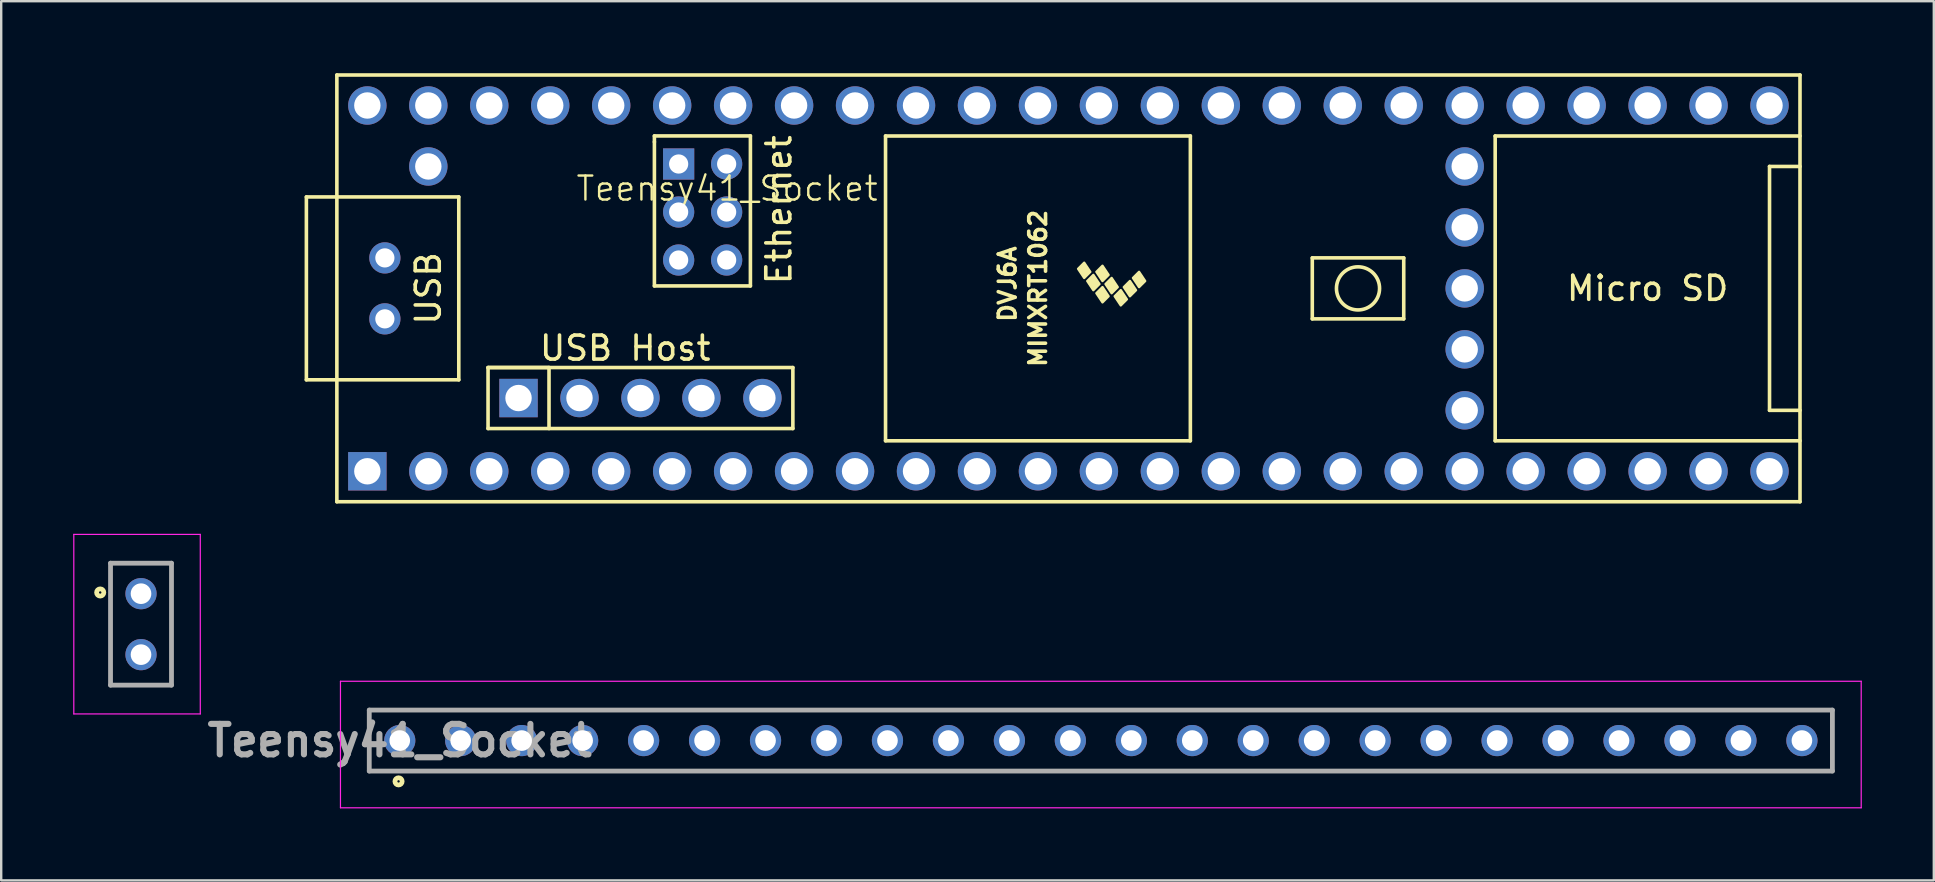
<source format=kicad_pcb>
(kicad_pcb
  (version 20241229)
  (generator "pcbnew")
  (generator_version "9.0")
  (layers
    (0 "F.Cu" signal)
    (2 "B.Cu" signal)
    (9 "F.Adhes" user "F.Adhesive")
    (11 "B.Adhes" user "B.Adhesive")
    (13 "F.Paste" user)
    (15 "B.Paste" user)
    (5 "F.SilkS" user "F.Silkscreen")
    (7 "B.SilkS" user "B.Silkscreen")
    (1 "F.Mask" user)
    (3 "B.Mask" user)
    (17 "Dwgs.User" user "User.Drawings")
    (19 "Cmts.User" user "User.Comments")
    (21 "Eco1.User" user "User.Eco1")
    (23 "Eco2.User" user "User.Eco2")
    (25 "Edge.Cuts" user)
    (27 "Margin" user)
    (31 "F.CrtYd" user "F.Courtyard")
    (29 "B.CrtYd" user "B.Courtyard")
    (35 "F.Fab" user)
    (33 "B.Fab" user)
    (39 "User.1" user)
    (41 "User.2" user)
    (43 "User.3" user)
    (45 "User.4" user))
  (footprint "Teensy41_Socket"
    (layer "F.Cu")
    (at 27.245 5.305)
    (property "Reference" "Teensy41_Socket" (at 0 -0.5 0) (unlocked yes) (layer "F.SilkS") (effects (font (size 1 1) (thickness 0.1))))
    (attr through_hole)
    (fp_line (start -25.69 15.11) (end -23.15 15.11) (stroke (width 0.1) (type solid)) (layer "F.SilkS"))
    (fp_line (start -25.69 20.19) (end -25.69 15.11) (stroke (width 0.1) (type solid)) (layer "F.SilkS"))
    (fp_line (start -23.15 15.11) (end -23.15 20.19) (stroke (width 0.1) (type solid)) (layer "F.SilkS"))
    (fp_line (start -23.15 20.19) (end -25.69 20.19) (stroke (width 0.1) (type solid)) (layer "F.SilkS"))
    (fp_line (start -17.53 -0.15) (end -16.26 -0.15) (stroke (width 0.15) (type solid)) (layer "F.SilkS"))
    (fp_line (start -17.53 7.47) (end -17.53 -0.15) (stroke (width 0.15) (type solid)) (layer "F.SilkS"))
    (fp_line (start -16.26 -5.23) (end 44.7 -5.23) (stroke (width 0.15) (type solid)) (layer "F.SilkS"))
    (fp_line (start -16.26 7.47) (end -17.53 7.47) (stroke (width 0.15) (type solid)) (layer "F.SilkS"))
    (fp_line (start -16.26 12.55) (end -16.26 -5.23) (stroke (width 0.15) (type solid)) (layer "F.SilkS"))
    (fp_line (start -14.91 21.23) (end 46.05 21.23) (stroke (width 0.1) (type solid)) (layer "F.SilkS"))
    (fp_line (start -14.91 23.77) (end -14.91 21.23) (stroke (width 0.1) (type solid)) (layer "F.SilkS"))
    (fp_line (start -11.18 -0.15) (end -16.26 -0.15) (stroke (width 0.15) (type solid)) (layer "F.SilkS"))
    (fp_line (start -11.18 7.47) (end -16.26 7.47) (stroke (width 0.15) (type solid)) (layer "F.SilkS"))
    (fp_line (start -11.18 7.47) (end -11.18 -0.15) (stroke (width 0.15) (type solid)) (layer "F.SilkS"))
    (fp_line (start -9.961 6.959) (end -7.421 6.959) (stroke (width 0.15) (type solid)) (layer "F.SilkS"))
    (fp_line (start -9.961 6.959) (end 2.739 6.959) (stroke (width 0.15) (type solid)) (layer "F.SilkS"))
    (fp_line (start -9.961 9.499) (end -9.961 6.959) (stroke (width 0.15) (type solid)) (layer "F.SilkS"))
    (fp_line (start -7.421 6.959) (end -7.421 9.499) (stroke (width 0.15) (type solid)) (layer "F.SilkS"))
    (fp_line (start -3.03 -2.692) (end -3.03 -2.442) (stroke (width 0.15) (type solid)) (layer "F.SilkS"))
    (fp_line (start -3.03 -2.442) (end -3.03 3.558) (stroke (width 0.15) (type solid)) (layer "F.SilkS"))
    (fp_line (start -3.03 3.558) (end 0.97 3.558) (stroke (width 0.15) (type solid)) (layer "F.SilkS"))
    (fp_line (start 0.97 -2.692) (end -3.03 -2.692) (stroke (width 0.15) (type solid)) (layer "F.SilkS"))
    (fp_line (start 0.97 3.558) (end 0.97 -2.692) (stroke (width 0.15) (type solid)) (layer "F.SilkS"))
    (fp_line (start 2.739 6.959) (end 2.739 9.499) (stroke (width 0.15) (type solid)) (layer "F.SilkS"))
    (fp_line (start 2.739 9.499) (end -9.961 9.499) (stroke (width 0.15) (type solid)) (layer "F.SilkS"))
    (fp_line (start 6.6 -2.69) (end 6.6 10.01) (stroke (width 0.15) (type solid)) (layer "F.SilkS"))
    (fp_line (start 6.6 10.01) (end 19.3 10.01) (stroke (width 0.15) (type solid)) (layer "F.SilkS"))
    (fp_line (start 19.3 -2.69) (end 6.6 -2.69) (stroke (width 0.15) (type solid)) (layer "F.SilkS"))
    (fp_line (start 19.3 10.01) (end 19.3 -2.69) (stroke (width 0.15) (type solid)) (layer "F.SilkS"))
    (fp_line (start 24.38 2.39) (end 28.19 2.39) (stroke (width 0.15) (type solid)) (layer "F.SilkS"))
    (fp_line (start 24.38 4.93) (end 24.38 2.39) (stroke (width 0.15) (type solid)) (layer "F.SilkS"))
    (fp_line (start 28.19 2.39) (end 28.19 4.93) (stroke (width 0.15) (type solid)) (layer "F.SilkS"))
    (fp_line (start 28.19 4.93) (end 24.38 4.93) (stroke (width 0.15) (type solid)) (layer "F.SilkS"))
    (fp_line (start 32 -2.69) (end 32 10.01) (stroke (width 0.15) (type solid)) (layer "F.SilkS"))
    (fp_line (start 32 10.01) (end 44.7 10.01) (stroke (width 0.15) (type solid)) (layer "F.SilkS"))
    (fp_line (start 43.43 -1.42) (end 43.43 8.74) (stroke (width 0.15) (type solid)) (layer "F.SilkS"))
    (fp_line (start 43.43 8.74) (end 44.7 8.74) (stroke (width 0.15) (type solid)) (layer "F.SilkS"))
    (fp_line (start 44.7 -5.23) (end 44.7 12.55) (stroke (width 0.15) (type solid)) (layer "F.SilkS"))
    (fp_line (start 44.7 -2.69) (end 32 -2.69) (stroke (width 0.15) (type solid)) (layer "F.SilkS"))
    (fp_line (start 44.7 -1.42) (end 43.43 -1.42) (stroke (width 0.15) (type solid)) (layer "F.SilkS"))
    (fp_line (start 44.7 12.55) (end -16.26 12.55) (stroke (width 0.15) (type solid)) (layer "F.SilkS"))
    (fp_line (start 46.05 21.23) (end 46.05 23.77) (stroke (width 0.1) (type solid)) (layer "F.SilkS"))
    (fp_line (start 46.05 23.77) (end -14.91 23.77) (stroke (width 0.1) (type solid)) (layer "F.SilkS"))
    (fp_circle (center -26.12 16.33) (end -26.17 16.33) (stroke (width 0.2) (type solid)) (fill no) (layer "F.SilkS"))
    (fp_circle (center -13.69 24.2) (end -13.69 24.25) (stroke (width 0.2) (type solid)) (fill no) (layer "F.SilkS"))
    (fp_circle (center 26.285 3.66) (end 26.92 3.025) (stroke (width 0.15) (type solid)) (fill no) (layer "F.SilkS"))
    (fp_poly (pts (xy 15.131 2.972) (xy 14.877 3.226) (xy 14.623 2.845) (xy 14.877 2.591)) (stroke (width 0.1) (type solid)) (fill yes) (layer "F.SilkS"))
    (fp_poly (pts (xy 15.512 3.48) (xy 15.258 3.734) (xy 15.004 3.353) (xy 15.258 3.099)) (stroke (width 0.1) (type solid)) (fill yes) (layer "F.SilkS"))
    (fp_poly (pts (xy 15.893 3.099) (xy 15.639 3.353) (xy 15.385 2.972) (xy 15.639 2.718)) (stroke (width 0.1) (type solid)) (fill yes) (layer "F.SilkS"))
    (fp_poly (pts (xy 15.893 3.988) (xy 15.639 4.242) (xy 15.385 3.861) (xy 15.639 3.607)) (stroke (width 0.1) (type solid)) (fill yes) (layer "F.SilkS"))
    (fp_poly (pts (xy 16.274 3.607) (xy 16.02 3.861) (xy 15.766 3.48) (xy 16.02 3.226)) (stroke (width 0.1) (type solid)) (fill yes) (layer "F.SilkS"))
    (fp_poly (pts (xy 16.655 4.115) (xy 16.401 4.369) (xy 16.147 3.988) (xy 16.401 3.734)) (stroke (width 0.1) (type solid)) (fill yes) (layer "F.SilkS"))
    (fp_poly (pts (xy 17.036 3.734) (xy 16.782 3.988) (xy 16.528 3.607) (xy 16.782 3.353)) (stroke (width 0.1) (type solid)) (fill yes) (layer "F.SilkS"))
    (fp_poly (pts (xy 17.417 3.353) (xy 17.163 3.607) (xy 16.909 3.226) (xy 17.163 2.972)) (stroke (width 0.1) (type solid)) (fill yes) (layer "F.SilkS"))
    (fp_line (start -27.22 13.91) (end -21.95 13.91) (stroke (width 0.05) (type solid)) (layer "F.CrtYd"))
    (fp_line (start -27.22 21.39) (end -27.22 13.91) (stroke (width 0.05) (type solid)) (layer "F.CrtYd"))
    (fp_line (start -21.95 13.91) (end -21.95 21.39) (stroke (width 0.05) (type solid)) (layer "F.CrtYd"))
    (fp_line (start -21.95 21.39) (end -27.22 21.39) (stroke (width 0.05) (type solid)) (layer "F.CrtYd"))
    (fp_line (start -16.11 20.03) (end 47.25 20.03) (stroke (width 0.05) (type solid)) (layer "F.CrtYd"))
    (fp_line (start -16.11 25.3) (end -16.11 20.03) (stroke (width 0.05) (type solid)) (layer "F.CrtYd"))
    (fp_line (start 47.25 20.03) (end 47.25 25.3) (stroke (width 0.05) (type solid)) (layer "F.CrtYd"))
    (fp_line (start 47.25 25.3) (end -16.11 25.3) (stroke (width 0.05) (type solid)) (layer "F.CrtYd"))
    (fp_line (start -25.69 15.11) (end -23.15 15.11) (stroke (width 0.2) (type solid)) (layer "F.Fab"))
    (fp_line (start -25.69 20.19) (end -25.69 15.11) (stroke (width 0.2) (type solid)) (layer "F.Fab"))
    (fp_line (start -23.15 15.11) (end -23.15 20.19) (stroke (width 0.2) (type solid)) (layer "F.Fab"))
    (fp_line (start -23.15 20.19) (end -25.69 20.19) (stroke (width 0.2) (type solid)) (layer "F.Fab"))
    (fp_line (start -14.91 21.23) (end 46.05 21.23) (stroke (width 0.2) (type solid)) (layer "F.Fab"))
    (fp_line (start -14.91 23.77) (end -14.91 21.23) (stroke (width 0.2) (type solid)) (layer "F.Fab"))
    (fp_line (start 46.05 21.23) (end 46.05 23.77) (stroke (width 0.2) (type solid)) (layer "F.Fab"))
    (fp_line (start 46.05 23.77) (end -14.91 23.77) (stroke (width 0.2) (type solid)) (layer "F.Fab"))
    (fp_text user "DVJ6A" (at 11.68 3.48 270) (layer "F.SilkS") (effects (font (size 0.7 0.7) (thickness 0.15))))
    (fp_text user "USB Host" (at -4.246 6.149 0) (layer "F.SilkS") (effects (font (size 1 1) (thickness 0.15))))
    (fp_text user "USB" (at -12.45 3.66 270) (layer "F.SilkS") (effects (font (size 1 1) (thickness 0.15))))
    (fp_text user "Ethernet" (at 2.155 0.383 90) (layer "F.SilkS") (effects (font (size 1 1) (thickness 0.15))))
    (fp_text user "Micro SD" (at 38.35 3.66 0) (layer "F.SilkS") (effects (font (size 1 1) (thickness 0.15))))
    (fp_text user "MIMXRT1062" (at 12.95 3.66 270) (layer "F.SilkS") (effects (font (size 0.7 0.7) (thickness 0.15))))
    (fp_text user "${REFERENCE}" (at -13.64 22.5 0) (layer "F.Fab") (effects (font (size 1.27 1.27) (thickness 0.254))))
    (pad "1" thru_hole circle (at -24.42 16.38 270) (size 1.3 1.3) (drill 0.86) (layers "*.Cu" "*.Mask"))
    (pad "1" thru_hole rect (at -14.99 11.28) (size 1.6 1.6) (drill 1.1) (layers "*.Cu" "*.Mask"))
    (pad "1" thru_hole circle (at -13.64 22.5) (size 1.3 1.3) (drill 0.86) (layers "*.Cu" "*.Mask"))
    (pad "2" thru_hole circle (at -24.42 18.92 270) (size 1.3 1.3) (drill 0.86) (layers "*.Cu" "*.Mask"))
    (pad "2" thru_hole circle (at -12.45 11.28) (size 1.6 1.6) (drill 1.1) (layers "*.Cu" "*.Mask"))
    (pad "2" thru_hole circle (at -11.1 22.5) (size 1.3 1.3) (drill 0.86) (layers "*.Cu" "*.Mask"))
    (pad "3" thru_hole circle (at -9.91 11.28) (size 1.6 1.6) (drill 1.1) (layers "*.Cu" "*.Mask"))
    (pad "3" thru_hole circle (at -8.56 22.5) (size 1.3 1.3) (drill 0.86) (layers "*.Cu" "*.Mask"))
    (pad "4" thru_hole circle (at -7.37 11.28) (size 1.6 1.6) (drill 1.1) (layers "*.Cu" "*.Mask"))
    (pad "4" thru_hole circle (at -6.02 22.5) (size 1.3 1.3) (drill 0.86) (layers "*.Cu" "*.Mask"))
    (pad "5" thru_hole circle (at -4.83 11.28) (size 1.6 1.6) (drill 1.1) (layers "*.Cu" "*.Mask"))
    (pad "5" thru_hole circle (at -3.48 22.5) (size 1.3 1.3) (drill 0.86) (layers "*.Cu" "*.Mask"))
    (pad "6" thru_hole circle (at -2.29 11.28) (size 1.6 1.6) (drill 1.1) (layers "*.Cu" "*.Mask"))
    (pad "6" thru_hole circle (at -0.94 22.5) (size 1.3 1.3) (drill 0.86) (layers "*.Cu" "*.Mask"))
    (pad "7" thru_hole circle (at 0.25 11.28) (size 1.6 1.6) (drill 1.1) (layers "*.Cu" "*.Mask"))
    (pad "7" thru_hole circle (at 1.6 22.5) (size 1.3 1.3) (drill 0.86) (layers "*.Cu" "*.Mask"))
    (pad "8" thru_hole circle (at 2.79 11.28) (size 1.6 1.6) (drill 1.1) (layers "*.Cu" "*.Mask"))
    (pad "8" thru_hole circle (at 4.14 22.5) (size 1.3 1.3) (drill 0.86) (layers "*.Cu" "*.Mask"))
    (pad "9" thru_hole circle (at 5.33 11.28) (size 1.6 1.6) (drill 1.1) (layers "*.Cu" "*.Mask"))
    (pad "9" thru_hole circle (at 6.68 22.5) (size 1.3 1.3) (drill 0.86) (layers "*.Cu" "*.Mask"))
    (pad "10" thru_hole circle (at 7.87 11.28) (size 1.6 1.6) (drill 1.1) (layers "*.Cu" "*.Mask"))
    (pad "10" thru_hole circle (at 9.22 22.5) (size 1.3 1.3) (drill 0.86) (layers "*.Cu" "*.Mask"))
    (pad "11" thru_hole circle (at 10.41 11.28) (size 1.6 1.6) (drill 1.1) (layers "*.Cu" "*.Mask"))
    (pad "11" thru_hole circle (at 11.76 22.5) (size 1.3 1.3) (drill 0.86) (layers "*.Cu" "*.Mask"))
    (pad "12" thru_hole circle (at 12.95 11.28) (size 1.6 1.6) (drill 1.1) (layers "*.Cu" "*.Mask"))
    (pad "12" thru_hole circle (at 14.3 22.5) (size 1.3 1.3) (drill 0.86) (layers "*.Cu" "*.Mask"))
    (pad "13" thru_hole circle (at 15.49 11.28) (size 1.6 1.6) (drill 1.1) (layers "*.Cu" "*.Mask"))
    (pad "13" thru_hole circle (at 16.84 22.5) (size 1.3 1.3) (drill 0.86) (layers "*.Cu" "*.Mask"))
    (pad "14" thru_hole circle (at 18.03 11.28) (size 1.6 1.6) (drill 1.1) (layers "*.Cu" "*.Mask"))
    (pad "14" thru_hole circle (at 19.38 22.5) (size 1.3 1.3) (drill 0.86) (layers "*.Cu" "*.Mask"))
    (pad "15" thru_hole circle (at 20.57 11.28) (size 1.6 1.6) (drill 1.1) (layers "*.Cu" "*.Mask"))
    (pad "15" thru_hole circle (at 21.92 22.5) (size 1.3 1.3) (drill 0.86) (layers "*.Cu" "*.Mask"))
    (pad "16" thru_hole circle (at 23.11 11.28) (size 1.6 1.6) (drill 1.1) (layers "*.Cu" "*.Mask"))
    (pad "16" thru_hole circle (at 24.46 22.5) (size 1.3 1.3) (drill 0.86) (layers "*.Cu" "*.Mask"))
    (pad "17" thru_hole circle (at 25.65 11.28) (size 1.6 1.6) (drill 1.1) (layers "*.Cu" "*.Mask"))
    (pad "17" thru_hole circle (at 27 22.5) (size 1.3 1.3) (drill 0.86) (layers "*.Cu" "*.Mask"))
    (pad "18" thru_hole circle (at 28.19 11.28) (size 1.6 1.6) (drill 1.1) (layers "*.Cu" "*.Mask"))
    (pad "18" thru_hole circle (at 29.54 22.5) (size 1.3 1.3) (drill 0.86) (layers "*.Cu" "*.Mask"))
    (pad "19" thru_hole circle (at 30.73 11.28) (size 1.6 1.6) (drill 1.1) (layers "*.Cu" "*.Mask"))
    (pad "19" thru_hole circle (at 32.08 22.5) (size 1.3 1.3) (drill 0.86) (layers "*.Cu" "*.Mask"))
    (pad "20" thru_hole circle (at 33.27 11.28) (size 1.6 1.6) (drill 1.1) (layers "*.Cu" "*.Mask"))
    (pad "20" thru_hole circle (at 34.62 22.5) (size 1.3 1.3) (drill 0.86) (layers "*.Cu" "*.Mask"))
    (pad "21" thru_hole circle (at 35.81 11.28) (size 1.6 1.6) (drill 1.1) (layers "*.Cu" "*.Mask"))
    (pad "21" thru_hole circle (at 37.16 22.5) (size 1.3 1.3) (drill 0.86) (layers "*.Cu" "*.Mask"))
    (pad "22" thru_hole circle (at 38.35 11.28) (size 1.6 1.6) (drill 1.1) (layers "*.Cu" "*.Mask"))
    (pad "22" thru_hole circle (at 39.7 22.5) (size 1.3 1.3) (drill 0.86) (layers "*.Cu" "*.Mask"))
    (pad "23" thru_hole circle (at 40.89 11.28) (size 1.6 1.6) (drill 1.1) (layers "*.Cu" "*.Mask"))
    (pad "23" thru_hole circle (at 42.24 22.5) (size 1.3 1.3) (drill 0.86) (layers "*.Cu" "*.Mask"))
    (pad "24" thru_hole circle (at 43.43 11.28) (size 1.6 1.6) (drill 1.1) (layers "*.Cu" "*.Mask"))
    (pad "24" thru_hole circle (at 44.78 22.5) (size 1.3 1.3) (drill 0.86) (layers "*.Cu" "*.Mask"))
    (pad "25" thru_hole circle (at 43.43 -3.96) (size 1.6 1.6) (drill 1.1) (layers "*.Cu" "*.Mask"))
    (pad "26" thru_hole circle (at 40.89 -3.96) (size 1.6 1.6) (drill 1.1) (layers "*.Cu" "*.Mask"))
    (pad "27" thru_hole circle (at 38.35 -3.96) (size 1.6 1.6) (drill 1.1) (layers "*.Cu" "*.Mask"))
    (pad "28" thru_hole circle (at 35.81 -3.96) (size 1.6 1.6) (drill 1.1) (layers "*.Cu" "*.Mask"))
    (pad "29" thru_hole circle (at 33.27 -3.96) (size 1.6 1.6) (drill 1.1) (layers "*.Cu" "*.Mask"))
    (pad "30" thru_hole circle (at 30.73 -3.96) (size 1.6 1.6) (drill 1.1) (layers "*.Cu" "*.Mask"))
    (pad "31" thru_hole circle (at 28.19 -3.96) (size 1.6 1.6) (drill 1.1) (layers "*.Cu" "*.Mask"))
    (pad "32" thru_hole circle (at 25.65 -3.96) (size 1.6 1.6) (drill 1.1) (layers "*.Cu" "*.Mask"))
    (pad "33" thru_hole circle (at 23.11 -3.96) (size 1.6 1.6) (drill 1.1) (layers "*.Cu" "*.Mask"))
    (pad "34" thru_hole circle (at 20.57 -3.96) (size 1.6 1.6) (drill 1.1) (layers "*.Cu" "*.Mask"))
    (pad "35" thru_hole circle (at 18.03 -3.96) (size 1.6 1.6) (drill 1.1) (layers "*.Cu" "*.Mask"))
    (pad "36" thru_hole circle (at 15.49 -3.96) (size 1.6 1.6) (drill 1.1) (layers "*.Cu" "*.Mask"))
    (pad "37" thru_hole circle (at 12.95 -3.96) (size 1.6 1.6) (drill 1.1) (layers "*.Cu" "*.Mask"))
    (pad "38" thru_hole circle (at 10.41 -3.96) (size 1.6 1.6) (drill 1.1) (layers "*.Cu" "*.Mask"))
    (pad "39" thru_hole circle (at 7.87 -3.96) (size 1.6 1.6) (drill 1.1) (layers "*.Cu" "*.Mask"))
    (pad "40" thru_hole circle (at 5.33 -3.96) (size 1.6 1.6) (drill 1.1) (layers "*.Cu" "*.Mask"))
    (pad "41" thru_hole circle (at 2.79 -3.96) (size 1.6 1.6) (drill 1.1) (layers "*.Cu" "*.Mask"))
    (pad "42" thru_hole circle (at 0.25 -3.96) (size 1.6 1.6) (drill 1.1) (layers "*.Cu" "*.Mask"))
    (pad "43" thru_hole circle (at -2.29 -3.96) (size 1.6 1.6) (drill 1.1) (layers "*.Cu" "*.Mask"))
    (pad "44" thru_hole circle (at -4.83 -3.96) (size 1.6 1.6) (drill 1.1) (layers "*.Cu" "*.Mask"))
    (pad "45" thru_hole circle (at -7.37 -3.96) (size 1.6 1.6) (drill 1.1) (layers "*.Cu" "*.Mask"))
    (pad "46" thru_hole circle (at -9.91 -3.96) (size 1.6 1.6) (drill 1.1) (layers "*.Cu" "*.Mask"))
    (pad "47" thru_hole circle (at -12.45 -3.96) (size 1.6 1.6) (drill 1.1) (layers "*.Cu" "*.Mask"))
    (pad "48" thru_hole circle (at -14.99 -3.96) (size 1.6 1.6) (drill 1.1) (layers "*.Cu" "*.Mask"))
    (pad "49" thru_hole circle (at -12.45 -1.42) (size 1.6 1.6) (drill 1.1) (layers "*.Cu" "*.Mask"))
    (pad "50" thru_hole circle (at 30.73 8.74) (size 1.6 1.6) (drill 1.1) (layers "*.Cu" "*.Mask"))
    (pad "51" thru_hole circle (at 30.73 6.2) (size 1.6 1.6) (drill 1.1) (layers "*.Cu" "*.Mask"))
    (pad "52" thru_hole circle (at 30.73 3.66) (size 1.6 1.6) (drill 1.1) (layers "*.Cu" "*.Mask"))
    (pad "53" thru_hole circle (at 30.73 1.12) (size 1.6 1.6) (drill 1.1) (layers "*.Cu" "*.Mask"))
    (pad "54" thru_hole circle (at 30.73 -1.42) (size 1.6 1.6) (drill 1.1) (layers "*.Cu" "*.Mask"))
    (pad "55" thru_hole rect (at -8.691 8.229) (size 1.6 1.6) (drill 1.1) (layers "*.Cu" "*.Mask"))
    (pad "56" thru_hole circle (at -6.151 8.229) (size 1.6 1.6) (drill 1.1) (layers "*.Cu" "*.Mask"))
    (pad "57" thru_hole circle (at -3.611 8.229) (size 1.6 1.6) (drill 1.1) (layers "*.Cu" "*.Mask"))
    (pad "58" thru_hole circle (at -1.071 8.229) (size 1.6 1.6) (drill 1.1) (layers "*.Cu" "*.Mask"))
    (pad "59" thru_hole circle (at 1.469 8.229) (size 1.6 1.6) (drill 1.1) (layers "*.Cu" "*.Mask"))
    (pad "60" thru_hole rect (at -2.02 -1.522) (size 1.3 1.3) (drill 0.8) (layers "*.Cu" "*.Mask"))
    (pad "61" thru_hole circle (at -2.02 0.478) (size 1.3 1.3) (drill 0.8) (layers "*.Cu" "*.Mask"))
    (pad "62" thru_hole circle (at -2.02 2.478) (size 1.3 1.3) (drill 0.8) (layers "*.Cu" "*.Mask"))
    (pad "63" thru_hole circle (at -0.02 2.478) (size 1.3 1.3) (drill 0.8) (layers "*.Cu" "*.Mask"))
    (pad "64" thru_hole circle (at -0.02 0.478) (size 1.3 1.3) (drill 0.8) (layers "*.Cu" "*.Mask"))
    (pad "65" thru_hole circle (at -0.02 -1.522) (size 1.3 1.3) (drill 0.8) (layers "*.Cu" "*.Mask"))
    (pad "66" thru_hole circle (at -14.26 2.39) (size 1.3 1.3) (drill 0.8) (layers "*.Cu" "*.Mask"))
    (pad "67" thru_hole circle (at -14.26 4.93) (size 1.3 1.3) (drill 0.8) (layers "*.Cu" "*.Mask")))
  (gr_rect
    (start -3 -3)
    (end 77.52 33.63)
    (stroke (width 0.1) (type default))
    (fill no)
    (layer "Edge.Cuts")))
</source>
